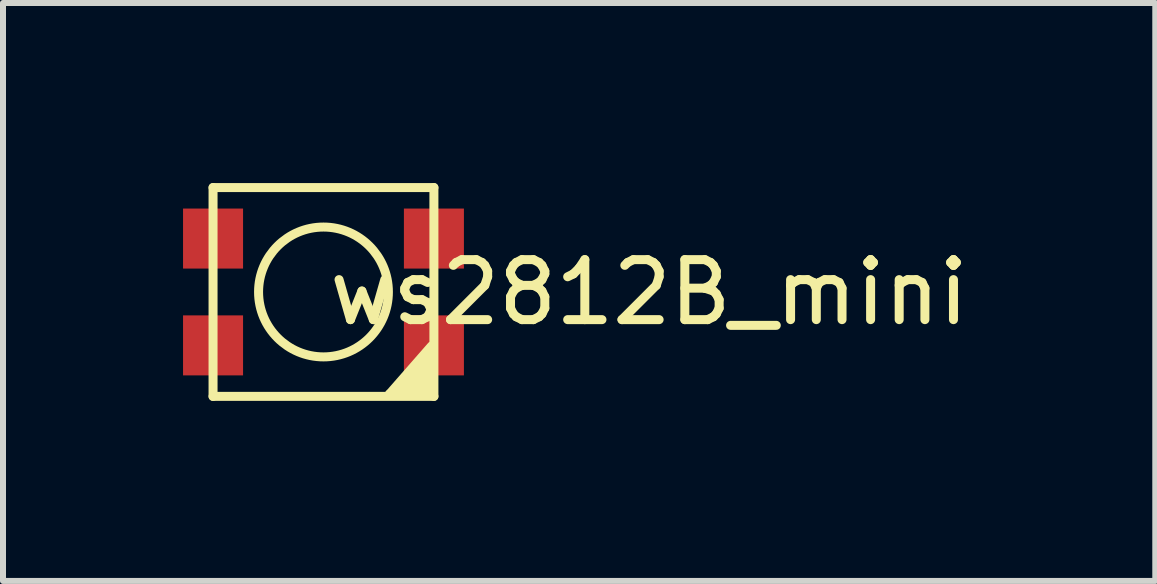
<source format=kicad_pcb>
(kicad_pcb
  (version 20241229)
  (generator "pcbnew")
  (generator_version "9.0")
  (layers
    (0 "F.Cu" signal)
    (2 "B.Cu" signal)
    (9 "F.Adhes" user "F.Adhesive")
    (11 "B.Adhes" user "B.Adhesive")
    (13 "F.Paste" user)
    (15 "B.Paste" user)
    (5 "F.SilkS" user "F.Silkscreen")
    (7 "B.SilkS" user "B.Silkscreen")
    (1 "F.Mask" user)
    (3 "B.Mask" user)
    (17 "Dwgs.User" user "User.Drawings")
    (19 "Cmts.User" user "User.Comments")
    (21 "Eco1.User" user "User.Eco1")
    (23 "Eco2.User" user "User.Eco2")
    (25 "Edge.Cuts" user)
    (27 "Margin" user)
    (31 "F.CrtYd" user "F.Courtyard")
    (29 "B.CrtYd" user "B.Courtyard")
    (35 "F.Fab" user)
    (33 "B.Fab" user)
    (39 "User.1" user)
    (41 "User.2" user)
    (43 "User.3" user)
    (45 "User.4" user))
  (footprint "ws2812B_mini"
    (layer "F.Cu")
    (at 2.416 1.861)
    (property "Reference" "ws2812B_mini" (at 5.35 -0.04 0) (layer "F.SilkS") (effects (font (size 1 1) (thickness 0.15))))
    (attr through_hole)
    (fp_line (start -1.916 -1.786) (end 1.764 -1.786) (stroke (width 0.15) (type solid)) (layer "F.SilkS"))
    (fp_line (start -1.916 1.694) (end -1.916 -1.786) (stroke (width 0.15) (type solid)) (layer "F.SilkS"))
    (fp_line (start -1.916 1.694) (end 1.764 1.694) (stroke (width 0.15) (type solid)) (layer "F.SilkS"))
    (fp_line (start 1.024 1.654) (end 1.724 1.654) (stroke (width 0.15) (type solid)) (layer "F.SilkS"))
    (fp_line (start 1.224 1.554) (end 1.624 1.554) (stroke (width 0.15) (type solid)) (layer "F.SilkS"))
    (fp_line (start 1.424 1.454) (end 1.524 1.454) (stroke (width 0.15) (type solid)) (layer "F.SilkS"))
    (fp_line (start 1.624 1.154) (end 1.424 1.454) (stroke (width 0.15) (type solid)) (layer "F.SilkS"))
    (fp_line (start 1.624 1.254) (end 1.624 1.154) (stroke (width 0.15) (type solid)) (layer "F.SilkS"))
    (fp_line (start 1.624 1.554) (end 1.624 1.254) (stroke (width 0.15) (type solid)) (layer "F.SilkS"))
    (fp_line (start 1.724 0.854) (end 1.024 1.654) (stroke (width 0.15) (type solid)) (layer "F.SilkS"))
    (fp_line (start 1.724 0.954) (end 1.224 1.554) (stroke (width 0.15) (type solid)) (layer "F.SilkS"))
    (fp_line (start 1.724 1.654) (end 1.724 0.954) (stroke (width 0.15) (type solid)) (layer "F.SilkS"))
    (fp_line (start 1.764 1.694) (end 1.764 -1.786) (stroke (width 0.15) (type solid)) (layer "F.SilkS"))
    (fp_circle (center -0.076 -0.046) (end -0.976 -0.646) (stroke (width 0.15) (type solid)) (fill no) (layer "F.SilkS"))
    (pad "1" smd rect (at -1.916 -0.936 90) (size 1 1) (layers "F.Cu" "F.Mask" "F.Paste"))
    (pad "2" smd rect (at -1.916 0.844 90) (size 1 1) (layers "F.Cu" "F.Mask" "F.Paste"))
    (pad "3" smd rect (at 1.764 0.844 90) (size 1 1) (layers "F.Cu" "F.Mask" "F.Paste"))
    (pad "4" smd rect (at 1.764 -0.936 90) (size 1 1) (layers "F.Cu" "F.Mask" "F.Paste")))
  (gr_rect
    (start -3 -3)
    (end 16.2 6.63)
    (stroke (width 0.1) (type default))
    (fill no)
    (layer "Edge.Cuts")))
</source>
